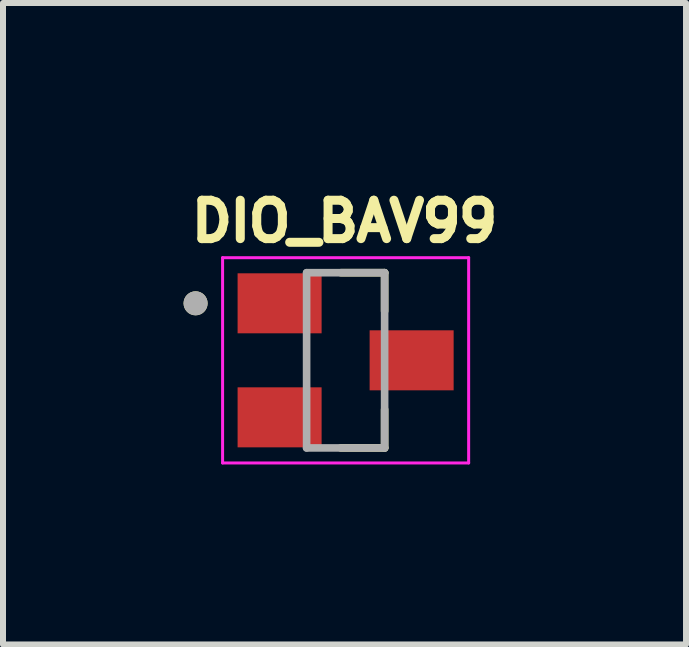
<source format=kicad_pcb>
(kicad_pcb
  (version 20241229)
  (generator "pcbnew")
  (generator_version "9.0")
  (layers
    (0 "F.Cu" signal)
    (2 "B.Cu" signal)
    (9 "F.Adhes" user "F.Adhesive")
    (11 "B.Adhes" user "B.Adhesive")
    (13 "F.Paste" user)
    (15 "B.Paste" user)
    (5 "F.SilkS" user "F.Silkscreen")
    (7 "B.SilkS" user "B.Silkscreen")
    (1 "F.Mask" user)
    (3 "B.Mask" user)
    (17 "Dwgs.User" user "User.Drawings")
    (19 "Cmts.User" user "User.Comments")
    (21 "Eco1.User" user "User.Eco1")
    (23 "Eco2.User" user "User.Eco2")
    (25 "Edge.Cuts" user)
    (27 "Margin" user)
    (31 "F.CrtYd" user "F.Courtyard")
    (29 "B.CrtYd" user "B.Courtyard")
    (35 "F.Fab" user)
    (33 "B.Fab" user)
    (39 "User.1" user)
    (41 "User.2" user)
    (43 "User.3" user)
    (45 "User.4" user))
  (footprint "DIO_BAV99"
    (layer "F.Cu")
    (at 2.709 2.954)
    (property "Reference" "DIO_BAV99" (at -0.018 -2.316 0) (layer "F.SilkS") (effects (font (size 0.64 0.64) (thickness 0.15))))
    (attr smd)
    (fp_line (start -0.08 1.46) (end 0.65 1.46) (stroke (width 0.127) (type solid)) (layer "F.SilkS"))
    (fp_line (start 0.65 -1.46) (end -0.08 -1.46) (stroke (width 0.127) (type solid)) (layer "F.SilkS"))
    (fp_line (start 0.65 -0.82) (end 0.65 -1.46) (stroke (width 0.127) (type solid)) (layer "F.SilkS"))
    (fp_line (start 0.65 1.46) (end 0.65 0.82) (stroke (width 0.127) (type solid)) (layer "F.SilkS"))
    (fp_circle (center -2.5 -0.95) (end -2.4 -0.95) (stroke (width 0.2) (type solid)) (fill no) (layer "F.SilkS"))
    (fp_line (start -2.05 -1.71) (end -2.05 1.71) (stroke (width 0.05) (type solid)) (layer "F.CrtYd"))
    (fp_line (start -2.05 1.71) (end 2.05 1.71) (stroke (width 0.05) (type solid)) (layer "F.CrtYd"))
    (fp_line (start 2.05 -1.71) (end -2.05 -1.71) (stroke (width 0.05) (type solid)) (layer "F.CrtYd"))
    (fp_line (start 2.05 1.71) (end 2.05 -1.71) (stroke (width 0.05) (type solid)) (layer "F.CrtYd"))
    (fp_line (start -0.65 -1.46) (end -0.65 1.46) (stroke (width 0.127) (type solid)) (layer "F.Fab"))
    (fp_line (start -0.65 1.46) (end 0.65 1.46) (stroke (width 0.127) (type solid)) (layer "F.Fab"))
    (fp_line (start 0.65 -1.46) (end -0.65 -1.46) (stroke (width 0.127) (type solid)) (layer "F.Fab"))
    (fp_line (start 0.65 1.46) (end 0.65 -1.46) (stroke (width 0.127) (type solid)) (layer "F.Fab"))
    (fp_circle (center -2.5 -0.95) (end -2.4 -0.95) (stroke (width 0.2) (type solid)) (fill no) (layer "F.Fab"))
    (pad "1" smd rect (at -1.1 -0.95) (size 1.4 1) (layers "F.Cu" "F.Mask" "F.Paste"))
    (pad "2" smd rect (at -1.1 0.95) (size 1.4 1) (layers "F.Cu" "F.Mask" "F.Paste"))
    (pad "3" smd rect (at 1.1 0) (size 1.4 1) (layers "F.Cu" "F.Mask" "F.Paste")))
  (gr_rect
    (start -3 -3)
    (end 8.381 7.689)
    (stroke (width 0.1) (type default))
    (fill no)
    (layer "Edge.Cuts")))
</source>
